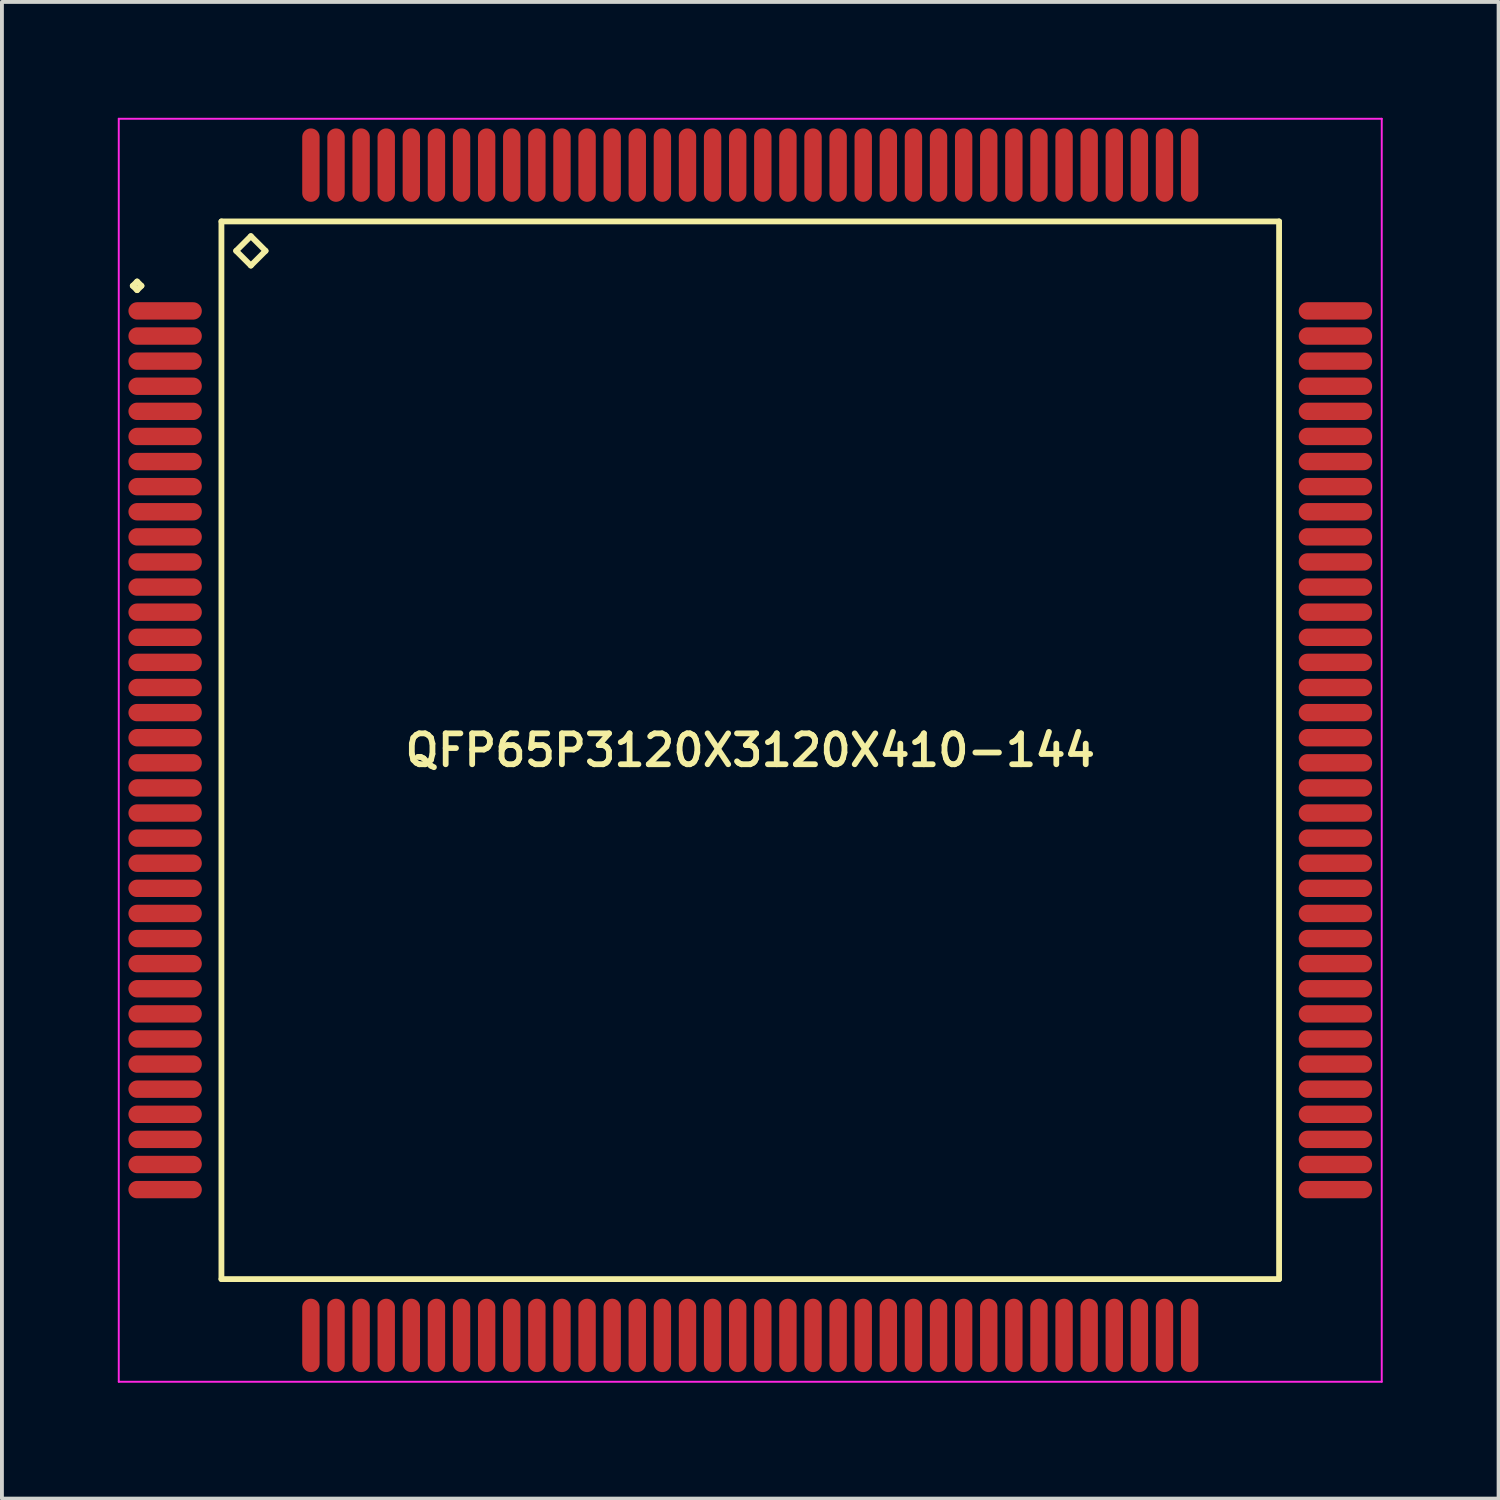
<source format=kicad_pcb>
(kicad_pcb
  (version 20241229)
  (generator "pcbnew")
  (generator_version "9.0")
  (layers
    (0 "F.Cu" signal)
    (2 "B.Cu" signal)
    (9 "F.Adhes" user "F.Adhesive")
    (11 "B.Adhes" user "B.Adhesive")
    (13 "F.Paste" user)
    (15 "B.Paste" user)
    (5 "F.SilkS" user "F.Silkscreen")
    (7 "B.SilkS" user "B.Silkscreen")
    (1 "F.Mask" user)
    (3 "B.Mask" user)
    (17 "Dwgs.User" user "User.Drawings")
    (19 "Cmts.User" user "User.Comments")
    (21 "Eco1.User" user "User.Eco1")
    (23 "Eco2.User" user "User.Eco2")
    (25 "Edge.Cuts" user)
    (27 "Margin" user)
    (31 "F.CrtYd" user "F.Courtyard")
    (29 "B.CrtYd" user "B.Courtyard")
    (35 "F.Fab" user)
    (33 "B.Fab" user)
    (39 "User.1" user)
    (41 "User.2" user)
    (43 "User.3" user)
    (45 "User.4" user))
  (footprint "QFP65P3120X3120X410-144"
    (layer "F.Cu")
    (at 16.375 16.375)
    (property "Reference" "QFP65P3120X3120X410-144" (at 0 0 0) (layer "F.SilkS") (effects (font (size 0.8 0.8) (thickness 0.15))))
    (attr smd)
    (fp_line (start -15.988 -12.025) (end -15.875 -12.137) (stroke (width 0.15) (type solid)) (layer "F.SilkS"))
    (fp_line (start -15.875 -12.137) (end -15.762 -12.025) (stroke (width 0.15) (type solid)) (layer "F.SilkS"))
    (fp_line (start -15.875 -11.912) (end -15.988 -12.025) (stroke (width 0.15) (type solid)) (layer "F.SilkS"))
    (fp_line (start -15.762 -12.025) (end -15.875 -11.912) (stroke (width 0.15) (type solid)) (layer "F.SilkS"))
    (fp_line (start -13.692 -13.692) (end -13.692 13.692) (stroke (width 0.15) (type solid)) (layer "F.SilkS"))
    (fp_line (start -13.692 13.692) (end 13.692 13.692) (stroke (width 0.15) (type solid)) (layer "F.SilkS"))
    (fp_line (start -13.311 -12.93) (end -12.93 -13.311) (stroke (width 0.15) (type solid)) (layer "F.SilkS"))
    (fp_line (start -12.93 -13.311) (end -12.549 -12.93) (stroke (width 0.15) (type solid)) (layer "F.SilkS"))
    (fp_line (start -12.93 -12.549) (end -13.311 -12.93) (stroke (width 0.15) (type solid)) (layer "F.SilkS"))
    (fp_line (start -12.549 -12.93) (end -12.93 -12.549) (stroke (width 0.15) (type solid)) (layer "F.SilkS"))
    (fp_line (start 13.692 -13.692) (end -13.692 -13.692) (stroke (width 0.15) (type solid)) (layer "F.SilkS"))
    (fp_line (start 13.692 13.692) (end 13.692 -13.692) (stroke (width 0.15) (type solid)) (layer "F.SilkS"))
    (fp_line (start -16.35 -16.35) (end 16.35 -16.35) (stroke (width 0.05) (type solid)) (layer "F.CrtYd"))
    (fp_line (start -16.35 16.35) (end -16.35 -16.35) (stroke (width 0.05) (type solid)) (layer "F.CrtYd"))
    (fp_line (start 16.35 -16.35) (end 16.35 16.35) (stroke (width 0.05) (type solid)) (layer "F.CrtYd"))
    (fp_line (start 16.35 16.35) (end -16.35 16.35) (stroke (width 0.05) (type solid)) (layer "F.CrtYd"))
    (pad "1" smd oval (at -15.15 -11.375) (size 1.9 0.45) (layers "F.Cu" "F.Mask" "F.Paste"))
    (pad "2" smd oval (at -15.15 -10.725) (size 1.9 0.45) (layers "F.Cu" "F.Mask" "F.Paste"))
    (pad "3" smd oval (at -15.15 -10.075) (size 1.9 0.45) (layers "F.Cu" "F.Mask" "F.Paste"))
    (pad "4" smd oval (at -15.15 -9.425) (size 1.9 0.45) (layers "F.Cu" "F.Mask" "F.Paste"))
    (pad "5" smd oval (at -15.15 -8.775) (size 1.9 0.45) (layers "F.Cu" "F.Mask" "F.Paste"))
    (pad "6" smd oval (at -15.15 -8.125) (size 1.9 0.45) (layers "F.Cu" "F.Mask" "F.Paste"))
    (pad "7" smd oval (at -15.15 -7.475) (size 1.9 0.45) (layers "F.Cu" "F.Mask" "F.Paste"))
    (pad "8" smd oval (at -15.15 -6.825) (size 1.9 0.45) (layers "F.Cu" "F.Mask" "F.Paste"))
    (pad "9" smd oval (at -15.15 -6.175) (size 1.9 0.45) (layers "F.Cu" "F.Mask" "F.Paste"))
    (pad "10" smd oval (at -15.15 -5.525) (size 1.9 0.45) (layers "F.Cu" "F.Mask" "F.Paste"))
    (pad "11" smd oval (at -15.15 -4.875) (size 1.9 0.45) (layers "F.Cu" "F.Mask" "F.Paste"))
    (pad "12" smd oval (at -15.15 -4.225) (size 1.9 0.45) (layers "F.Cu" "F.Mask" "F.Paste"))
    (pad "13" smd oval (at -15.15 -3.575) (size 1.9 0.45) (layers "F.Cu" "F.Mask" "F.Paste"))
    (pad "14" smd oval (at -15.15 -2.925) (size 1.9 0.45) (layers "F.Cu" "F.Mask" "F.Paste"))
    (pad "15" smd oval (at -15.15 -2.275) (size 1.9 0.45) (layers "F.Cu" "F.Mask" "F.Paste"))
    (pad "16" smd oval (at -15.15 -1.625) (size 1.9 0.45) (layers "F.Cu" "F.Mask" "F.Paste"))
    (pad "17" smd oval (at -15.15 -0.975) (size 1.9 0.45) (layers "F.Cu" "F.Mask" "F.Paste"))
    (pad "18" smd oval (at -15.15 -0.325) (size 1.9 0.45) (layers "F.Cu" "F.Mask" "F.Paste"))
    (pad "19" smd oval (at -15.15 0.325) (size 1.9 0.45) (layers "F.Cu" "F.Mask" "F.Paste"))
    (pad "20" smd oval (at -15.15 0.975) (size 1.9 0.45) (layers "F.Cu" "F.Mask" "F.Paste"))
    (pad "21" smd oval (at -15.15 1.625) (size 1.9 0.45) (layers "F.Cu" "F.Mask" "F.Paste"))
    (pad "22" smd oval (at -15.15 2.275) (size 1.9 0.45) (layers "F.Cu" "F.Mask" "F.Paste"))
    (pad "23" smd oval (at -15.15 2.925) (size 1.9 0.45) (layers "F.Cu" "F.Mask" "F.Paste"))
    (pad "24" smd oval (at -15.15 3.575) (size 1.9 0.45) (layers "F.Cu" "F.Mask" "F.Paste"))
    (pad "25" smd oval (at -15.15 4.225) (size 1.9 0.45) (layers "F.Cu" "F.Mask" "F.Paste"))
    (pad "26" smd oval (at -15.15 4.875) (size 1.9 0.45) (layers "F.Cu" "F.Mask" "F.Paste"))
    (pad "27" smd oval (at -15.15 5.525) (size 1.9 0.45) (layers "F.Cu" "F.Mask" "F.Paste"))
    (pad "28" smd oval (at -15.15 6.175) (size 1.9 0.45) (layers "F.Cu" "F.Mask" "F.Paste"))
    (pad "29" smd oval (at -15.15 6.825) (size 1.9 0.45) (layers "F.Cu" "F.Mask" "F.Paste"))
    (pad "30" smd oval (at -15.15 7.475) (size 1.9 0.45) (layers "F.Cu" "F.Mask" "F.Paste"))
    (pad "31" smd oval (at -15.15 8.125) (size 1.9 0.45) (layers "F.Cu" "F.Mask" "F.Paste"))
    (pad "32" smd oval (at -15.15 8.775) (size 1.9 0.45) (layers "F.Cu" "F.Mask" "F.Paste"))
    (pad "33" smd oval (at -15.15 9.425) (size 1.9 0.45) (layers "F.Cu" "F.Mask" "F.Paste"))
    (pad "34" smd oval (at -15.15 10.075) (size 1.9 0.45) (layers "F.Cu" "F.Mask" "F.Paste"))
    (pad "35" smd oval (at -15.15 10.725) (size 1.9 0.45) (layers "F.Cu" "F.Mask" "F.Paste"))
    (pad "36" smd oval (at -15.15 11.375) (size 1.9 0.45) (layers "F.Cu" "F.Mask" "F.Paste"))
    (pad "37" smd oval (at -11.375 15.15) (size 0.45 1.9) (layers "F.Cu" "F.Mask" "F.Paste"))
    (pad "38" smd oval (at -10.725 15.15) (size 0.45 1.9) (layers "F.Cu" "F.Mask" "F.Paste"))
    (pad "39" smd oval (at -10.075 15.15) (size 0.45 1.9) (layers "F.Cu" "F.Mask" "F.Paste"))
    (pad "40" smd oval (at -9.425 15.15) (size 0.45 1.9) (layers "F.Cu" "F.Mask" "F.Paste"))
    (pad "41" smd oval (at -8.775 15.15) (size 0.45 1.9) (layers "F.Cu" "F.Mask" "F.Paste"))
    (pad "42" smd oval (at -8.125 15.15) (size 0.45 1.9) (layers "F.Cu" "F.Mask" "F.Paste"))
    (pad "43" smd oval (at -7.475 15.15) (size 0.45 1.9) (layers "F.Cu" "F.Mask" "F.Paste"))
    (pad "44" smd oval (at -6.825 15.15) (size 0.45 1.9) (layers "F.Cu" "F.Mask" "F.Paste"))
    (pad "45" smd oval (at -6.175 15.15) (size 0.45 1.9) (layers "F.Cu" "F.Mask" "F.Paste"))
    (pad "46" smd oval (at -5.525 15.15) (size 0.45 1.9) (layers "F.Cu" "F.Mask" "F.Paste"))
    (pad "47" smd oval (at -4.875 15.15) (size 0.45 1.9) (layers "F.Cu" "F.Mask" "F.Paste"))
    (pad "48" smd oval (at -4.225 15.15) (size 0.45 1.9) (layers "F.Cu" "F.Mask" "F.Paste"))
    (pad "49" smd oval (at -3.575 15.15) (size 0.45 1.9) (layers "F.Cu" "F.Mask" "F.Paste"))
    (pad "50" smd oval (at -2.925 15.15) (size 0.45 1.9) (layers "F.Cu" "F.Mask" "F.Paste"))
    (pad "51" smd oval (at -2.275 15.15) (size 0.45 1.9) (layers "F.Cu" "F.Mask" "F.Paste"))
    (pad "52" smd oval (at -1.625 15.15) (size 0.45 1.9) (layers "F.Cu" "F.Mask" "F.Paste"))
    (pad "53" smd oval (at -0.975 15.15) (size 0.45 1.9) (layers "F.Cu" "F.Mask" "F.Paste"))
    (pad "54" smd oval (at -0.325 15.15) (size 0.45 1.9) (layers "F.Cu" "F.Mask" "F.Paste"))
    (pad "55" smd oval (at 0.325 15.15) (size 0.45 1.9) (layers "F.Cu" "F.Mask" "F.Paste"))
    (pad "56" smd oval (at 0.975 15.15) (size 0.45 1.9) (layers "F.Cu" "F.Mask" "F.Paste"))
    (pad "57" smd oval (at 1.625 15.15) (size 0.45 1.9) (layers "F.Cu" "F.Mask" "F.Paste"))
    (pad "58" smd oval (at 2.275 15.15) (size 0.45 1.9) (layers "F.Cu" "F.Mask" "F.Paste"))
    (pad "59" smd oval (at 2.925 15.15) (size 0.45 1.9) (layers "F.Cu" "F.Mask" "F.Paste"))
    (pad "60" smd oval (at 3.575 15.15) (size 0.45 1.9) (layers "F.Cu" "F.Mask" "F.Paste"))
    (pad "61" smd oval (at 4.225 15.15) (size 0.45 1.9) (layers "F.Cu" "F.Mask" "F.Paste"))
    (pad "62" smd oval (at 4.875 15.15) (size 0.45 1.9) (layers "F.Cu" "F.Mask" "F.Paste"))
    (pad "63" smd oval (at 5.525 15.15) (size 0.45 1.9) (layers "F.Cu" "F.Mask" "F.Paste"))
    (pad "64" smd oval (at 6.175 15.15) (size 0.45 1.9) (layers "F.Cu" "F.Mask" "F.Paste"))
    (pad "65" smd oval (at 6.825 15.15) (size 0.45 1.9) (layers "F.Cu" "F.Mask" "F.Paste"))
    (pad "66" smd oval (at 7.475 15.15) (size 0.45 1.9) (layers "F.Cu" "F.Mask" "F.Paste"))
    (pad "67" smd oval (at 8.125 15.15) (size 0.45 1.9) (layers "F.Cu" "F.Mask" "F.Paste"))
    (pad "68" smd oval (at 8.775 15.15) (size 0.45 1.9) (layers "F.Cu" "F.Mask" "F.Paste"))
    (pad "69" smd oval (at 9.425 15.15) (size 0.45 1.9) (layers "F.Cu" "F.Mask" "F.Paste"))
    (pad "70" smd oval (at 10.075 15.15) (size 0.45 1.9) (layers "F.Cu" "F.Mask" "F.Paste"))
    (pad "71" smd oval (at 10.725 15.15) (size 0.45 1.9) (layers "F.Cu" "F.Mask" "F.Paste"))
    (pad "72" smd oval (at 11.375 15.15) (size 0.45 1.9) (layers "F.Cu" "F.Mask" "F.Paste"))
    (pad "73" smd oval (at 15.15 11.375) (size 1.9 0.45) (layers "F.Cu" "F.Mask" "F.Paste"))
    (pad "74" smd oval (at 15.15 10.725) (size 1.9 0.45) (layers "F.Cu" "F.Mask" "F.Paste"))
    (pad "75" smd oval (at 15.15 10.075) (size 1.9 0.45) (layers "F.Cu" "F.Mask" "F.Paste"))
    (pad "76" smd oval (at 15.15 9.425) (size 1.9 0.45) (layers "F.Cu" "F.Mask" "F.Paste"))
    (pad "77" smd oval (at 15.15 8.775) (size 1.9 0.45) (layers "F.Cu" "F.Mask" "F.Paste"))
    (pad "78" smd oval (at 15.15 8.125) (size 1.9 0.45) (layers "F.Cu" "F.Mask" "F.Paste"))
    (pad "79" smd oval (at 15.15 7.475) (size 1.9 0.45) (layers "F.Cu" "F.Mask" "F.Paste"))
    (pad "80" smd oval (at 15.15 6.825) (size 1.9 0.45) (layers "F.Cu" "F.Mask" "F.Paste"))
    (pad "81" smd oval (at 15.15 6.175) (size 1.9 0.45) (layers "F.Cu" "F.Mask" "F.Paste"))
    (pad "82" smd oval (at 15.15 5.525) (size 1.9 0.45) (layers "F.Cu" "F.Mask" "F.Paste"))
    (pad "83" smd oval (at 15.15 4.875) (size 1.9 0.45) (layers "F.Cu" "F.Mask" "F.Paste"))
    (pad "84" smd oval (at 15.15 4.225) (size 1.9 0.45) (layers "F.Cu" "F.Mask" "F.Paste"))
    (pad "85" smd oval (at 15.15 3.575) (size 1.9 0.45) (layers "F.Cu" "F.Mask" "F.Paste"))
    (pad "86" smd oval (at 15.15 2.925) (size 1.9 0.45) (layers "F.Cu" "F.Mask" "F.Paste"))
    (pad "87" smd oval (at 15.15 2.275) (size 1.9 0.45) (layers "F.Cu" "F.Mask" "F.Paste"))
    (pad "88" smd oval (at 15.15 1.625) (size 1.9 0.45) (layers "F.Cu" "F.Mask" "F.Paste"))
    (pad "89" smd oval (at 15.15 0.975) (size 1.9 0.45) (layers "F.Cu" "F.Mask" "F.Paste"))
    (pad "90" smd oval (at 15.15 0.325) (size 1.9 0.45) (layers "F.Cu" "F.Mask" "F.Paste"))
    (pad "91" smd oval (at 15.15 -0.325) (size 1.9 0.45) (layers "F.Cu" "F.Mask" "F.Paste"))
    (pad "92" smd oval (at 15.15 -0.975) (size 1.9 0.45) (layers "F.Cu" "F.Mask" "F.Paste"))
    (pad "93" smd oval (at 15.15 -1.625) (size 1.9 0.45) (layers "F.Cu" "F.Mask" "F.Paste"))
    (pad "94" smd oval (at 15.15 -2.275) (size 1.9 0.45) (layers "F.Cu" "F.Mask" "F.Paste"))
    (pad "95" smd oval (at 15.15 -2.925) (size 1.9 0.45) (layers "F.Cu" "F.Mask" "F.Paste"))
    (pad "96" smd oval (at 15.15 -3.575) (size 1.9 0.45) (layers "F.Cu" "F.Mask" "F.Paste"))
    (pad "97" smd oval (at 15.15 -4.225) (size 1.9 0.45) (layers "F.Cu" "F.Mask" "F.Paste"))
    (pad "98" smd oval (at 15.15 -4.875) (size 1.9 0.45) (layers "F.Cu" "F.Mask" "F.Paste"))
    (pad "99" smd oval (at 15.15 -5.525) (size 1.9 0.45) (layers "F.Cu" "F.Mask" "F.Paste"))
    (pad "100" smd oval (at 15.15 -6.175) (size 1.9 0.45) (layers "F.Cu" "F.Mask" "F.Paste"))
    (pad "101" smd oval (at 15.15 -6.825) (size 1.9 0.45) (layers "F.Cu" "F.Mask" "F.Paste"))
    (pad "102" smd oval (at 15.15 -7.475) (size 1.9 0.45) (layers "F.Cu" "F.Mask" "F.Paste"))
    (pad "103" smd oval (at 15.15 -8.125) (size 1.9 0.45) (layers "F.Cu" "F.Mask" "F.Paste"))
    (pad "104" smd oval (at 15.15 -8.775) (size 1.9 0.45) (layers "F.Cu" "F.Mask" "F.Paste"))
    (pad "105" smd oval (at 15.15 -9.425) (size 1.9 0.45) (layers "F.Cu" "F.Mask" "F.Paste"))
    (pad "106" smd oval (at 15.15 -10.075) (size 1.9 0.45) (layers "F.Cu" "F.Mask" "F.Paste"))
    (pad "107" smd oval (at 15.15 -10.725) (size 1.9 0.45) (layers "F.Cu" "F.Mask" "F.Paste"))
    (pad "108" smd oval (at 15.15 -11.375) (size 1.9 0.45) (layers "F.Cu" "F.Mask" "F.Paste"))
    (pad "109" smd oval (at 11.375 -15.15) (size 0.45 1.9) (layers "F.Cu" "F.Mask" "F.Paste"))
    (pad "110" smd oval (at 10.725 -15.15) (size 0.45 1.9) (layers "F.Cu" "F.Mask" "F.Paste"))
    (pad "111" smd oval (at 10.075 -15.15) (size 0.45 1.9) (layers "F.Cu" "F.Mask" "F.Paste"))
    (pad "112" smd oval (at 9.425 -15.15) (size 0.45 1.9) (layers "F.Cu" "F.Mask" "F.Paste"))
    (pad "113" smd oval (at 8.775 -15.15) (size 0.45 1.9) (layers "F.Cu" "F.Mask" "F.Paste"))
    (pad "114" smd oval (at 8.125 -15.15) (size 0.45 1.9) (layers "F.Cu" "F.Mask" "F.Paste"))
    (pad "115" smd oval (at 7.475 -15.15) (size 0.45 1.9) (layers "F.Cu" "F.Mask" "F.Paste"))
    (pad "116" smd oval (at 6.825 -15.15) (size 0.45 1.9) (layers "F.Cu" "F.Mask" "F.Paste"))
    (pad "117" smd oval (at 6.175 -15.15) (size 0.45 1.9) (layers "F.Cu" "F.Mask" "F.Paste"))
    (pad "118" smd oval (at 5.525 -15.15) (size 0.45 1.9) (layers "F.Cu" "F.Mask" "F.Paste"))
    (pad "119" smd oval (at 4.875 -15.15) (size 0.45 1.9) (layers "F.Cu" "F.Mask" "F.Paste"))
    (pad "120" smd oval (at 4.225 -15.15) (size 0.45 1.9) (layers "F.Cu" "F.Mask" "F.Paste"))
    (pad "121" smd oval (at 3.575 -15.15) (size 0.45 1.9) (layers "F.Cu" "F.Mask" "F.Paste"))
    (pad "122" smd oval (at 2.925 -15.15) (size 0.45 1.9) (layers "F.Cu" "F.Mask" "F.Paste"))
    (pad "123" smd oval (at 2.275 -15.15) (size 0.45 1.9) (layers "F.Cu" "F.Mask" "F.Paste"))
    (pad "124" smd oval (at 1.625 -15.15) (size 0.45 1.9) (layers "F.Cu" "F.Mask" "F.Paste"))
    (pad "125" smd oval (at 0.975 -15.15) (size 0.45 1.9) (layers "F.Cu" "F.Mask" "F.Paste"))
    (pad "126" smd oval (at 0.325 -15.15) (size 0.45 1.9) (layers "F.Cu" "F.Mask" "F.Paste"))
    (pad "127" smd oval (at -0.325 -15.15) (size 0.45 1.9) (layers "F.Cu" "F.Mask" "F.Paste"))
    (pad "128" smd oval (at -0.975 -15.15) (size 0.45 1.9) (layers "F.Cu" "F.Mask" "F.Paste"))
    (pad "129" smd oval (at -1.625 -15.15) (size 0.45 1.9) (layers "F.Cu" "F.Mask" "F.Paste"))
    (pad "130" smd oval (at -2.275 -15.15) (size 0.45 1.9) (layers "F.Cu" "F.Mask" "F.Paste"))
    (pad "131" smd oval (at -2.925 -15.15) (size 0.45 1.9) (layers "F.Cu" "F.Mask" "F.Paste"))
    (pad "132" smd oval (at -3.575 -15.15) (size 0.45 1.9) (layers "F.Cu" "F.Mask" "F.Paste"))
    (pad "133" smd oval (at -4.225 -15.15) (size 0.45 1.9) (layers "F.Cu" "F.Mask" "F.Paste"))
    (pad "134" smd oval (at -4.875 -15.15) (size 0.45 1.9) (layers "F.Cu" "F.Mask" "F.Paste"))
    (pad "135" smd oval (at -5.525 -15.15) (size 0.45 1.9) (layers "F.Cu" "F.Mask" "F.Paste"))
    (pad "136" smd oval (at -6.175 -15.15) (size 0.45 1.9) (layers "F.Cu" "F.Mask" "F.Paste"))
    (pad "137" smd oval (at -6.825 -15.15) (size 0.45 1.9) (layers "F.Cu" "F.Mask" "F.Paste"))
    (pad "138" smd oval (at -7.475 -15.15) (size 0.45 1.9) (layers "F.Cu" "F.Mask" "F.Paste"))
    (pad "139" smd oval (at -8.125 -15.15) (size 0.45 1.9) (layers "F.Cu" "F.Mask" "F.Paste"))
    (pad "140" smd oval (at -8.775 -15.15) (size 0.45 1.9) (layers "F.Cu" "F.Mask" "F.Paste"))
    (pad "141" smd oval (at -9.425 -15.15) (size 0.45 1.9) (layers "F.Cu" "F.Mask" "F.Paste"))
    (pad "142" smd oval (at -10.075 -15.15) (size 0.45 1.9) (layers "F.Cu" "F.Mask" "F.Paste"))
    (pad "143" smd oval (at -10.725 -15.15) (size 0.45 1.9) (layers "F.Cu" "F.Mask" "F.Paste"))
    (pad "144" smd oval (at -11.375 -15.15) (size 0.45 1.9) (layers "F.Cu" "F.Mask" "F.Paste")))
  (gr_rect
    (start -3 -3)
    (end 35.75 35.75)
    (stroke (width 0.1) (type default))
    (fill no)
    (layer "Edge.Cuts")))
</source>
